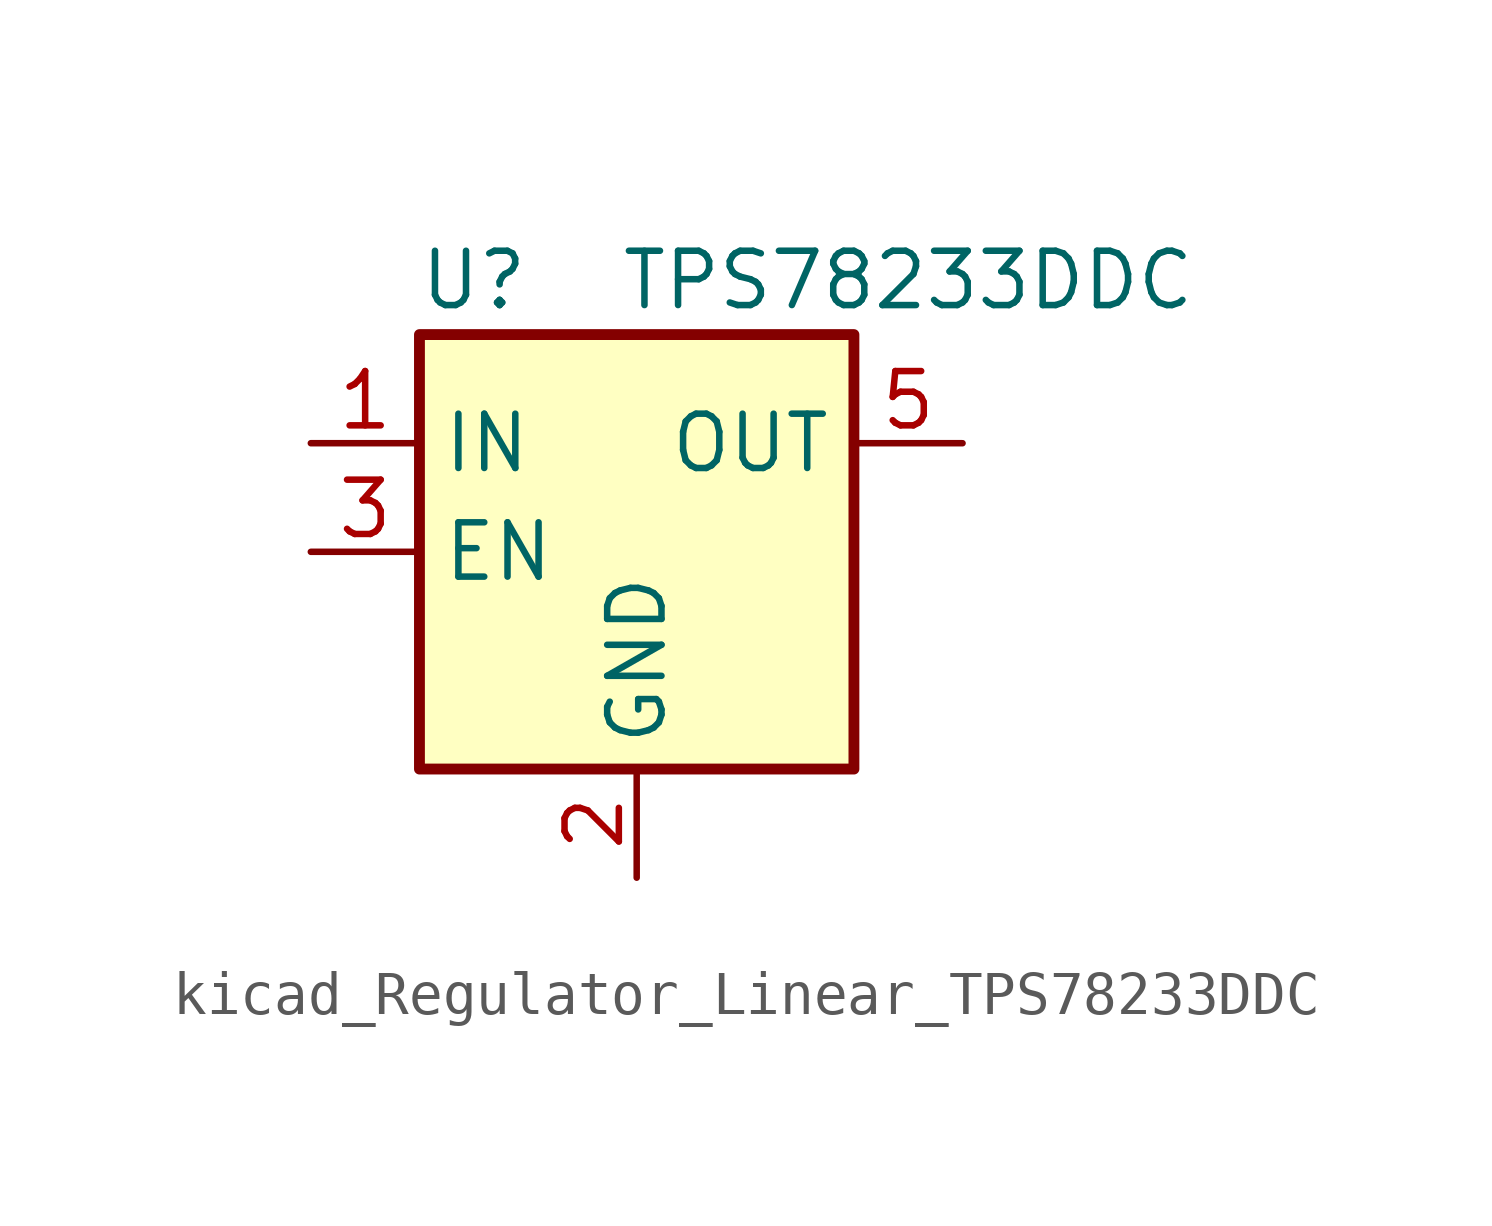
<source format=kicad_sym>
(kicad_symbol_lib
  (version 20220914)
  (generator kicad_symbol_editor)
  (symbol "kicad_Regulator_Linear_TPS78233DDC"
    (property "Reference" "U"
      (at -3.81 6.35 0)
      (effects (font (size 1.27 1.27))))
    (property "Value" "TPS78233DDC"
      (at 6.35 6.35 0)
      (effects (font (size 1.27 1.27))))
    (symbol "kicad_Regulator_Linear_TPS78233DDC_0_1"
      (rectangle (start -5.08 -5.08) (end 5.08 5.08) (stroke (width 0.254) (type default)) (fill (type background)))
      (pin power_in line (at -7.62 2.54 0) (length 2.54) (name "IN" (effects (font (size 1.27 1.27)))) (number "1" (effects (font (size 1.27 1.27)))))
      (pin power_in line (at 0 -7.62 90) (length 2.54) (name "GND" (effects (font (size 1.27 1.27)))) (number "2" (effects (font (size 1.27 1.27)))))
      (pin input line (at -7.62 0 0) (length 2.54) (name "EN" (effects (font (size 1.27 1.27)))) (number "3" (effects (font (size 1.27 1.27)))))
      (pin power_out line (at 7.62 2.54 180) (length 2.54) (name "OUT" (effects (font (size 1.27 1.27)))) (number "5" (effects (font (size 1.27 1.27))))))
    (symbol "kicad_Regulator_Linear_TPS78233DDC_1_1"
      (pin passive line (at 0 -7.62 90) (length 2.54) hide (name "GND" (effects (font (size 1.27 1.27)))) (number "4" (effects (font (size 1.27 1.27))))))))
</source>
